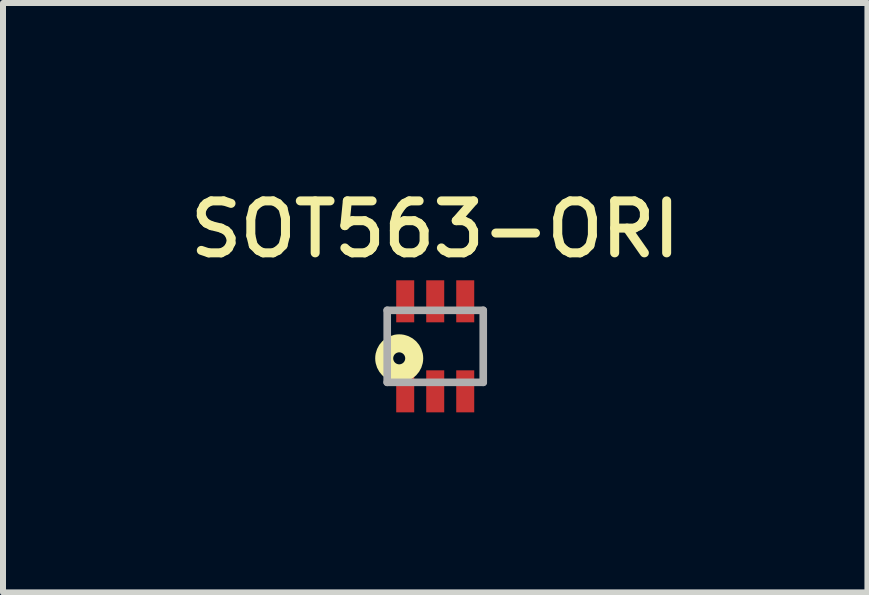
<source format=kicad_pcb>
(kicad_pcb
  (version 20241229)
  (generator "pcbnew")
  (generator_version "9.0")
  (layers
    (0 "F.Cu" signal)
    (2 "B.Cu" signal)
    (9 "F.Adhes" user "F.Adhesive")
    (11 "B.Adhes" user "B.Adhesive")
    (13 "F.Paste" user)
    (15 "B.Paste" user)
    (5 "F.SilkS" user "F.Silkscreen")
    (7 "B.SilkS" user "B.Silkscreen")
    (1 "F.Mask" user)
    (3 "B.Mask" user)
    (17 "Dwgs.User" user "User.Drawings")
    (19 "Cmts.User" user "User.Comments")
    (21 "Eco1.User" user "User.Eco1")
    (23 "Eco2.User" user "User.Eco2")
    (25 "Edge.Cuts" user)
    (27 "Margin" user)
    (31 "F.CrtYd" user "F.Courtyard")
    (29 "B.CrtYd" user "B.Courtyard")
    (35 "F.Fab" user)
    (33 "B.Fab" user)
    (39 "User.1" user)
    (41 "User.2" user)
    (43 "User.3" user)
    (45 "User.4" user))
  (footprint "SOT563-ORI"
    (layer "F.Cu")
    (at 4.201 2.72)
    (property "Reference" "SOT563-ORI" (at 0 -1.95 0) (layer "F.SilkS") (effects (font (size 0.866 0.866) (thickness 0.15))))
    (attr smd)
    (fp_circle (center -0.6 0.2) (end -0.5 0.2) (stroke (width 0.3) (type solid)) (fill no) (layer "F.SilkS"))
    (fp_line (start -0.8 -0.6) (end 0.8 -0.6) (stroke (width 0.127) (type solid)) (layer "F.Fab"))
    (fp_line (start -0.8 0.6) (end -0.8 -0.6) (stroke (width 0.127) (type solid)) (layer "F.Fab"))
    (fp_line (start 0.8 -0.6) (end 0.8 0.6) (stroke (width 0.127) (type solid)) (layer "F.Fab"))
    (fp_line (start 0.8 0.6) (end -0.8 0.6) (stroke (width 0.127) (type solid)) (layer "F.Fab"))
    (pad "1" smd rect (at -0.5 0.75) (size 0.3 0.7) (layers "F.Cu" "F.Mask" "F.Paste"))
    (pad "2" smd rect (at 0 0.75) (size 0.3 0.7) (layers "F.Cu" "F.Mask" "F.Paste"))
    (pad "3" smd rect (at 0.5 0.75) (size 0.3 0.7) (layers "F.Cu" "F.Mask" "F.Paste"))
    (pad "4" smd rect (at 0.5 -0.75) (size 0.3 0.7) (layers "F.Cu" "F.Mask" "F.Paste"))
    (pad "5" smd rect (at 0 -0.75) (size 0.3 0.7) (layers "F.Cu" "F.Mask" "F.Paste"))
    (pad "6" smd rect (at -0.5 -0.75) (size 0.3 0.7) (layers "F.Cu" "F.Mask" "F.Paste")))
  (gr_rect
    (start -3 -3)
    (end 11.402 6.82)
    (stroke (width 0.1) (type default))
    (fill no)
    (layer "Edge.Cuts")))
</source>
